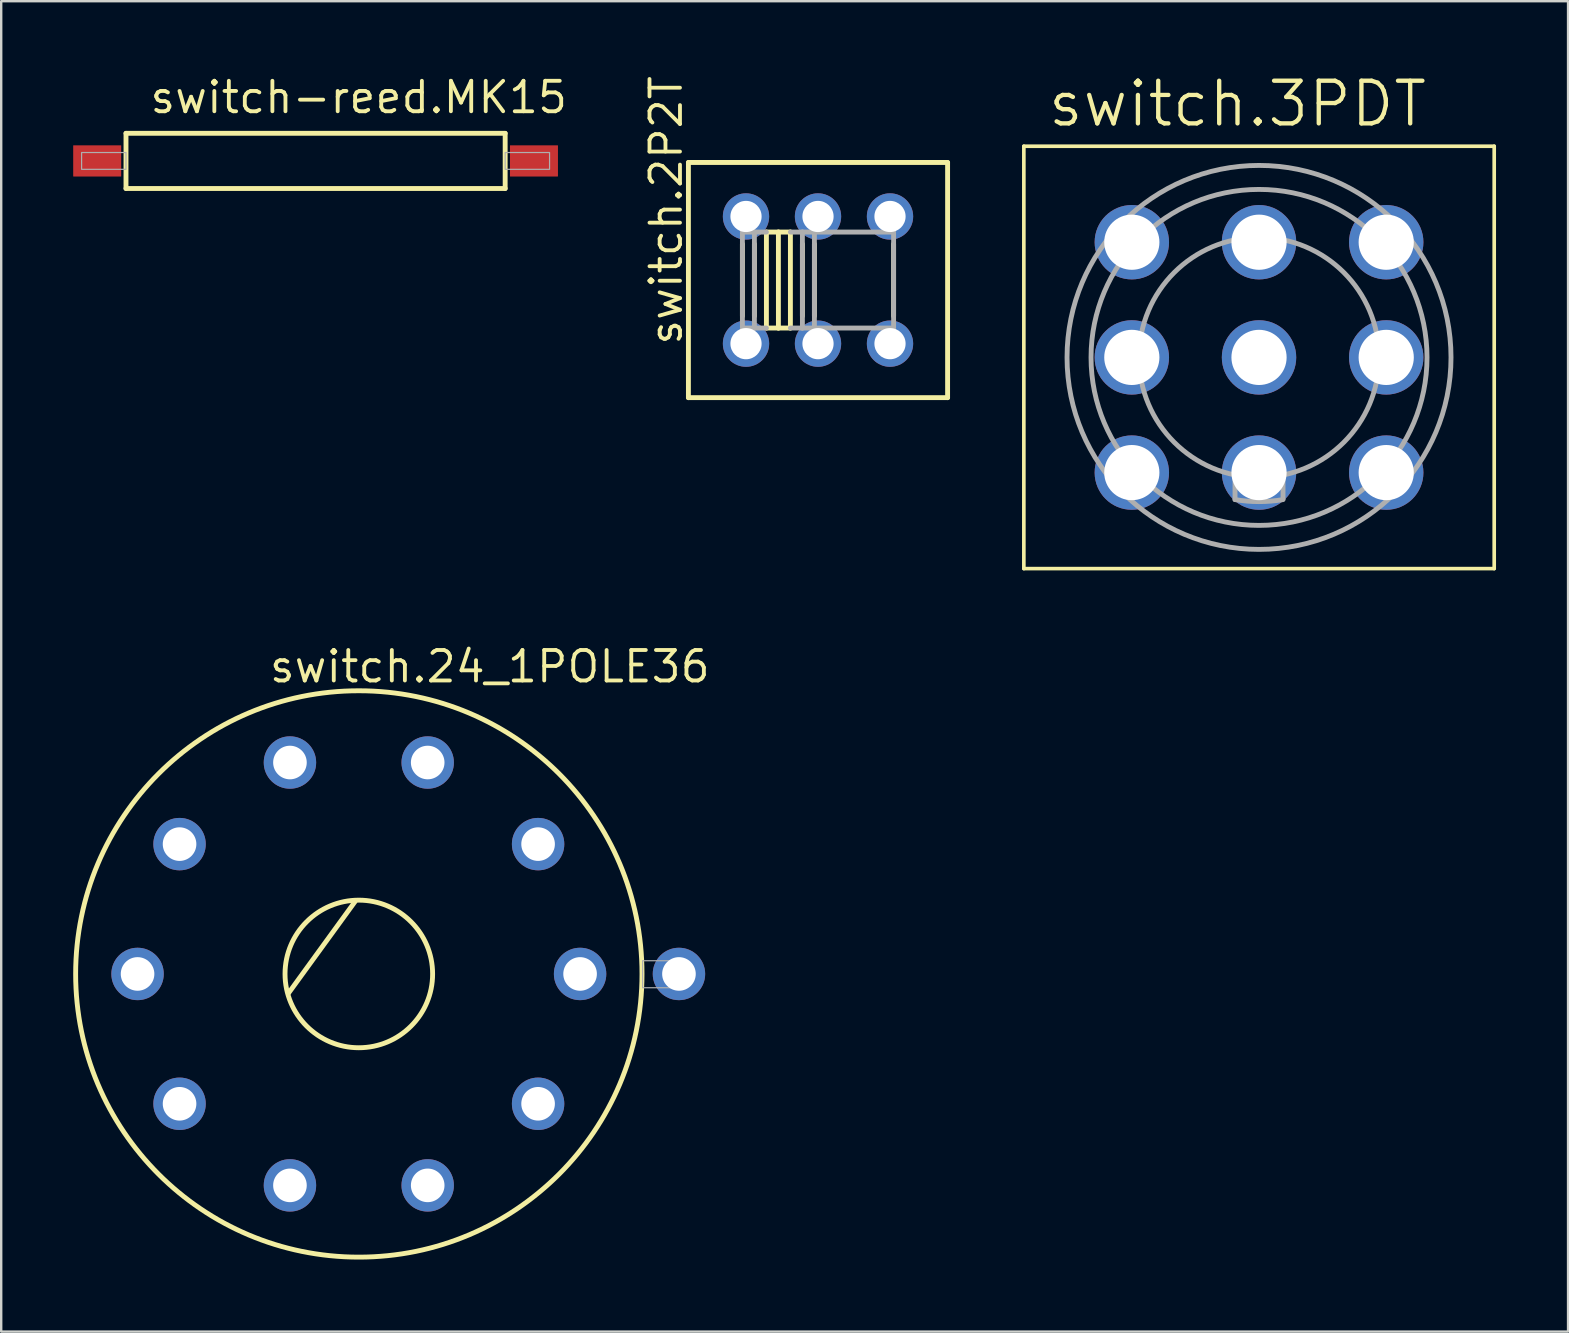
<source format=kicad_pcb>
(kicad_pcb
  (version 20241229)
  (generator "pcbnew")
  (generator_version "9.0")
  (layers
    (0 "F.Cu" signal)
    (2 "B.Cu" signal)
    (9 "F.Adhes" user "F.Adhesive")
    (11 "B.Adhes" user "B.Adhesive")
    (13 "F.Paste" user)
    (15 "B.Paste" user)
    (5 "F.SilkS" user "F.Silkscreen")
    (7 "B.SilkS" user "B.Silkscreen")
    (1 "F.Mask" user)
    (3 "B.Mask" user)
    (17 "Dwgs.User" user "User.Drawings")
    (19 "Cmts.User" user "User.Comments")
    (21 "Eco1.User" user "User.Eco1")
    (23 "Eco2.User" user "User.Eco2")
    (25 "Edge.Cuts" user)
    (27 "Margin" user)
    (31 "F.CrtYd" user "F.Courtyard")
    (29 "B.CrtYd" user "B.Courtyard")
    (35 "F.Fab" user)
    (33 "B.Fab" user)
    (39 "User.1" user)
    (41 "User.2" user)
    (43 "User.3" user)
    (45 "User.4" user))
  (footprint "switch.24_1POLE36"
    (layer "F.Cu")
    (at 11.902 37.534)
    (property "Reference" "switch.24_1POLE36" (at -3.81 -12.065 0) (layer "F.SilkS") (effects (font (size 1.27 1.27) (thickness 0.16)) (justify left bottom)))
    (attr through_hole)
    (fp_line (start -0.156 -3.018) (end -2.933 0.805) (stroke (width 0.203) (type default)) (layer "F.SilkS"))
    (fp_circle (center 0 0) (end 3.075 0) (stroke (width 0.203) (type default)) (fill no) (layer "F.SilkS"))
    (fp_circle (center 0 0) (end 11.8 0) (stroke (width 0.203) (type default)) (fill no) (layer "F.SilkS"))
    (fp_rect (start 11.825 0.575) (end 13.575 -0.55) (stroke (width 0.05) (type default)) (fill no) (layer "F.Fab"))
    (pad "1" thru_hole circle (at 7.47 5.41) (size 2.184 2.184) (drill 1.4) (layers "*.Cu" "*.Mask"))
    (pad "2" thru_hole circle (at 2.87 8.81) (size 2.184 2.184) (drill 1.4) (layers "*.Cu" "*.Mask"))
    (pad "3" thru_hole circle (at -2.87 8.81 180) (size 2.184 2.184) (drill 1.4) (layers "*.Cu" "*.Mask"))
    (pad "4" thru_hole circle (at -7.47 5.41 180) (size 2.184 2.184) (drill 1.4) (layers "*.Cu" "*.Mask"))
    (pad "5" thru_hole circle (at -9.22 0 180) (size 2.184 2.184) (drill 1.4) (layers "*.Cu" "*.Mask"))
    (pad "6" thru_hole circle (at -7.47 -5.41 180) (size 2.184 2.184) (drill 1.4) (layers "*.Cu" "*.Mask"))
    (pad "7" thru_hole circle (at -2.87 -8.81 180) (size 2.184 2.184) (drill 1.4) (layers "*.Cu" "*.Mask"))
    (pad "8" thru_hole circle (at 2.87 -8.81) (size 2.184 2.184) (drill 1.4) (layers "*.Cu" "*.Mask"))
    (pad "9" thru_hole circle (at 7.47 -5.41) (size 2.184 2.184) (drill 1.4) (layers "*.Cu" "*.Mask"))
    (pad "10" thru_hole circle (at 9.22 0) (size 2.184 2.184) (drill 1.4) (layers "*.Cu" "*.Mask"))
    (pad "C" thru_hole circle (at 13.34 0) (size 2.184 2.184) (drill 1.4) (layers "*.Cu" "*.Mask")))
  (footprint "switch.3PDT"
    (layer "F.Cu")
    (at 49.413 11.843)
    (property "Reference" "switch.3PDT" (at -8.89 -9.525 0) (layer "F.SilkS") (effects (font (size 1.778 1.778) (thickness 0.18)) (justify left bottom)))
    (attr through_hole)
    (fp_line (start -9.8 -8.8) (end 9.8 -8.8) (stroke (width 0.152) (type default)) (layer "F.SilkS"))
    (fp_line (start -9.8 8.8) (end -9.8 -8.8) (stroke (width 0.152) (type default)) (layer "F.SilkS"))
    (fp_line (start 9.8 -8.8) (end 9.8 8.8) (stroke (width 0.152) (type default)) (layer "F.SilkS"))
    (fp_line (start 9.8 8.8) (end -9.8 8.8) (stroke (width 0.152) (type default)) (layer "F.SilkS"))
    (fp_line (start -1 5) (end 1 5) (stroke (width 0.203) (type default)) (layer "F.Fab"))
    (fp_line (start -1 5.925) (end -1 5) (stroke (width 0.203) (type default)) (layer "F.Fab"))
    (fp_line (start 1 5) (end 1 5.9) (stroke (width 0.203) (type default)) (layer "F.Fab"))
    (fp_arc (start 1 5.925) (mid 0 6.008794) (end -1 5.925) (stroke (width 0.2032) (type default)) (layer "F.Fab"))
    (fp_circle (center 0 0) (end 5 0) (stroke (width 0.203) (type default)) (fill no) (layer "F.Fab"))
    (fp_circle (center 0 0) (end 7 0) (stroke (width 0.203) (type default)) (fill no) (layer "F.Fab"))
    (fp_circle (center 0 0) (end 8 0) (stroke (width 0.203) (type default)) (fill no) (layer "F.Fab"))
    (pad "1" thru_hole circle (at -5.3 -4.8) (size 3.1 3.1) (drill 2.3) (layers "*.Cu" "*.Mask"))
    (pad "2" thru_hole circle (at 0 -4.8) (size 3.1 3.1) (drill 2.3) (layers "*.Cu" "*.Mask"))
    (pad "3" thru_hole circle (at 5.3 -4.8) (size 3.1 3.1) (drill 2.3) (layers "*.Cu" "*.Mask"))
    (pad "4" thru_hole circle (at -5.3 0) (size 3.1 3.1) (drill 2.3) (layers "*.Cu" "*.Mask"))
    (pad "5" thru_hole circle (at 0 0) (size 3.1 3.1) (drill 2.3) (layers "*.Cu" "*.Mask"))
    (pad "6" thru_hole circle (at 5.3 0) (size 3.1 3.1) (drill 2.3) (layers "*.Cu" "*.Mask"))
    (pad "7" thru_hole circle (at -5.3 4.8) (size 3.1 3.1) (drill 2.3) (layers "*.Cu" "*.Mask"))
    (pad "8" thru_hole circle (at 0 4.8) (size 3.1 3.1) (drill 2.3) (layers "*.Cu" "*.Mask"))
    (pad "9" thru_hole circle (at 5.3 4.8) (size 3.1 3.1) (drill 2.3) (layers "*.Cu" "*.Mask")))
  (footprint "switch.2P2T"
    (layer "F.Cu")
    (at 31.036 8.62)
    (property "Reference" "switch.2P2T" (at -5.588 2.794 90) (layer "F.SilkS") (effects (font (size 1.27 1.27) (thickness 0.16)) (justify left bottom)))
    (attr through_hole)
    (fp_line (start -5.4 -4.9) (end 5.4 -4.9) (stroke (width 0.203) (type default)) (layer "F.SilkS"))
    (fp_line (start -5.4 4.9) (end -5.4 -4.9) (stroke (width 0.203) (type default)) (layer "F.SilkS"))
    (fp_line (start -3.15 1.5) (end -3.15 -1.5) (stroke (width 0.203) (type default)) (layer "F.SilkS"))
    (fp_line (start -2.65 1.5) (end -2.65 -1.5) (stroke (width 0.203) (type default)) (layer "F.SilkS"))
    (fp_line (start -2.15 -2) (end -1.65 -2) (stroke (width 0.203) (type default)) (layer "F.SilkS"))
    (fp_line (start -2.15 2) (end -2.15 -2) (stroke (width 0.203) (type default)) (layer "F.SilkS"))
    (fp_line (start -1.65 -2) (end -1.15 -2) (stroke (width 0.203) (type default)) (layer "F.SilkS"))
    (fp_line (start -1.65 2) (end -2.15 2) (stroke (width 0.203) (type default)) (layer "F.SilkS"))
    (fp_line (start -1.65 2) (end -1.65 -2) (stroke (width 0.203) (type default)) (layer "F.SilkS"))
    (fp_line (start -1.15 2) (end -1.65 2) (stroke (width 0.203) (type default)) (layer "F.SilkS"))
    (fp_line (start -1.15 2) (end -1.15 -2) (stroke (width 0.203) (type default)) (layer "F.SilkS"))
    (fp_line (start -0.65 1.5) (end -0.65 -1.5) (stroke (width 0.203) (type default)) (layer "F.SilkS"))
    (fp_line (start -0.15 1.5) (end -0.15 -1.5) (stroke (width 0.203) (type default)) (layer "F.SilkS"))
    (fp_line (start 3.15 -1.5) (end 3.15 1.5) (stroke (width 0.203) (type default)) (layer "F.SilkS"))
    (fp_line (start 5.4 -4.9) (end 5.4 4.9) (stroke (width 0.203) (type default)) (layer "F.SilkS"))
    (fp_line (start 5.4 4.9) (end -5.4 4.9) (stroke (width 0.203) (type default)) (layer "F.SilkS"))
    (fp_line (start -3.15 -2) (end -2.65 -2) (stroke (width 0.203) (type default)) (layer "F.Fab"))
    (fp_line (start -3.15 2) (end -3.15 -2) (stroke (width 0.203) (type default)) (layer "F.Fab"))
    (fp_line (start -2.65 -2) (end -2.15 -2) (stroke (width 0.203) (type default)) (layer "F.Fab"))
    (fp_line (start -2.65 2) (end -3.15 2) (stroke (width 0.203) (type default)) (layer "F.Fab"))
    (fp_line (start -2.65 2) (end -2.65 -2) (stroke (width 0.203) (type default)) (layer "F.Fab"))
    (fp_line (start -2.15 2) (end -2.65 2) (stroke (width 0.203) (type default)) (layer "F.Fab"))
    (fp_line (start -1.15 -2) (end -0.65 -2) (stroke (width 0.203) (type default)) (layer "F.Fab"))
    (fp_line (start -0.65 -2) (end 3.15 -2) (stroke (width 0.203) (type default)) (layer "F.Fab"))
    (fp_line (start -0.65 2) (end -1.15 2) (stroke (width 0.203) (type default)) (layer "F.Fab"))
    (fp_line (start -0.65 2) (end -0.65 -2) (stroke (width 0.203) (type default)) (layer "F.Fab"))
    (fp_line (start -0.15 2) (end -0.65 2) (stroke (width 0.203) (type default)) (layer "F.Fab"))
    (fp_line (start -0.15 2) (end -0.15 -2) (stroke (width 0.203) (type default)) (layer "F.Fab"))
    (fp_line (start 3.15 -2) (end 3.15 2) (stroke (width 0.203) (type default)) (layer "F.Fab"))
    (fp_line (start 3.15 2) (end -0.15 2) (stroke (width 0.203) (type default)) (layer "F.Fab"))
    (pad "1.1" thru_hole circle (at -3 -2.65) (size 1.93 1.93) (drill 1.3) (layers "*.Cu" "*.Mask"))
    (pad "1.2" thru_hole circle (at -3 2.65) (size 1.93 1.93) (drill 1.3) (layers "*.Cu" "*.Mask"))
    (pad "2.1" thru_hole circle (at 0 -2.65) (size 1.93 1.93) (drill 1.3) (layers "*.Cu" "*.Mask"))
    (pad "2.2" thru_hole circle (at 0 2.65) (size 1.93 1.93) (drill 1.3) (layers "*.Cu" "*.Mask"))
    (pad "3.1" thru_hole circle (at 3 -2.65) (size 1.93 1.93) (drill 1.3) (layers "*.Cu" "*.Mask"))
    (pad "3.2" thru_hole circle (at 3 2.65) (size 1.93 1.93) (drill 1.3) (layers "*.Cu" "*.Mask")))
  (footprint "switch-reed.MK15"
    (layer "F.Cu")
    (at 10.1 3.655)
    (property "Reference" "switch-reed.MK15" (at -6.985 -1.905 0) (layer "F.SilkS") (effects (font (size 1.27 1.27) (thickness 0.16)) (justify left bottom)))
    (attr smd)
    (fp_line (start -7.9 -1.15) (end 7.9 -1.15) (stroke (width 0.203) (type default)) (layer "F.SilkS"))
    (fp_line (start -7.9 1.15) (end -7.9 -1.15) (stroke (width 0.203) (type default)) (layer "F.SilkS"))
    (fp_line (start 7.9 -1.15) (end 7.9 1.15) (stroke (width 0.203) (type default)) (layer "F.SilkS"))
    (fp_line (start 7.9 1.15) (end -7.9 1.15) (stroke (width 0.203) (type default)) (layer "F.SilkS"))
    (fp_rect (start -9.75 0.35) (end -7.9 -0.35) (stroke (width 0.05) (type default)) (fill no) (layer "F.Fab"))
    (fp_rect (start 7.9 0.35) (end 9.75 -0.35) (stroke (width 0.05) (type default)) (fill no) (layer "F.Fab"))
    (pad "1" smd roundrect (at -9.1 0) (size 2 1.3) (layers "F.Cu" "F.Mask" "F.Paste") (roundrect_rratio 0.01))
    (pad "2" smd roundrect (at 9.1 0) (size 2 1.3) (layers "F.Cu" "F.Mask" "F.Paste") (roundrect_rratio 0.01)))
  (gr_rect
    (start -3 -3)
    (end 62.29 52.436)
    (stroke (width 0.1) (type default))
    (fill no)
    (layer "Edge.Cuts")))
</source>
